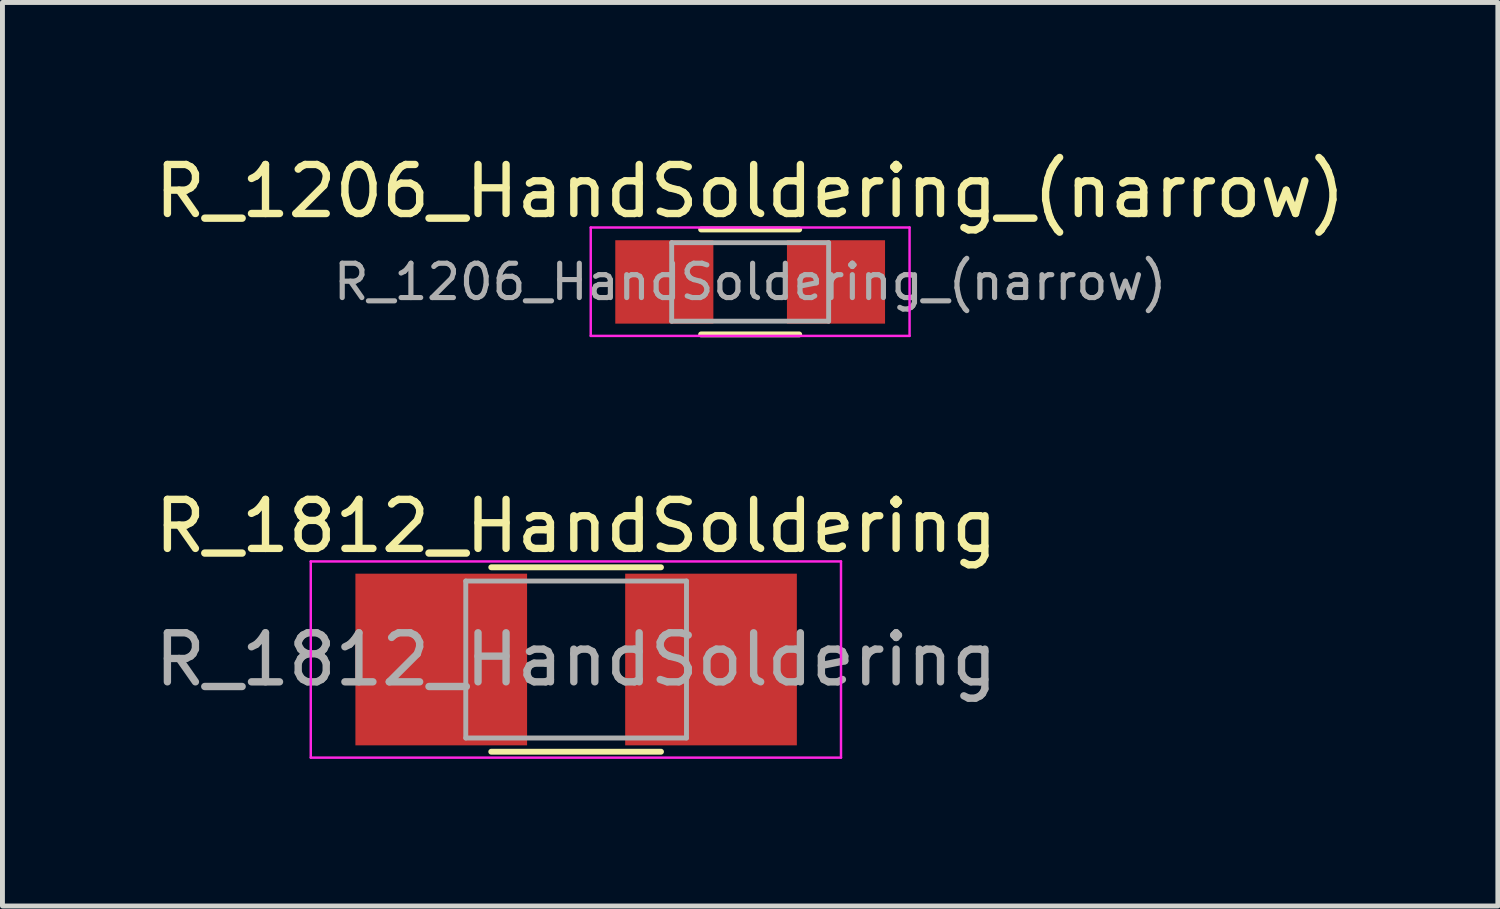
<source format=kicad_pcb>
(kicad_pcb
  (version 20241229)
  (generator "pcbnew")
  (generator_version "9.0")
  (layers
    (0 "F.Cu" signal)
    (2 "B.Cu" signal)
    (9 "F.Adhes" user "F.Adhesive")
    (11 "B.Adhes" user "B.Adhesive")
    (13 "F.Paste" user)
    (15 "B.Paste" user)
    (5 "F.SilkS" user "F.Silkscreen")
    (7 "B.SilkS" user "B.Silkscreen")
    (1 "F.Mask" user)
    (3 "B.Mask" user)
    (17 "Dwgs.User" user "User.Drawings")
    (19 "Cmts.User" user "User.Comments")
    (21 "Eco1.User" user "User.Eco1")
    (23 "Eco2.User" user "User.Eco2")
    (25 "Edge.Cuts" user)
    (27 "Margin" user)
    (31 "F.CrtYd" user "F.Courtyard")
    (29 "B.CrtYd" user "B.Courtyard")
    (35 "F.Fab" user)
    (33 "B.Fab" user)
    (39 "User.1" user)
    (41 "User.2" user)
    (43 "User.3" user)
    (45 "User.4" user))
  (footprint "R_1812_HandSoldering"
    (layer "F.Cu")
    (at 8.696 10.396)
    (property "Reference" "R_1812_HandSoldering" (at 0 -2.72 0) (layer "F.SilkS") (effects (font (size 1 1) (thickness 0.15))))
    (attr smd)
    (fp_line (start -1.73 -1.88) (end 1.73 -1.88) (stroke (width 0.12) (type solid)) (layer "F.SilkS"))
    (fp_line (start -1.73 1.88) (end 1.73 1.88) (stroke (width 0.12) (type solid)) (layer "F.SilkS"))
    (fp_line (start -5.41 -2) (end -5.41 2) (stroke (width 0.05) (type solid)) (layer "F.CrtYd"))
    (fp_line (start -5.41 -2) (end 5.4 -2) (stroke (width 0.05) (type solid)) (layer "F.CrtYd"))
    (fp_line (start 5.4 2) (end -5.41 2) (stroke (width 0.05) (type solid)) (layer "F.CrtYd"))
    (fp_line (start 5.4 2) (end 5.4 -2) (stroke (width 0.05) (type solid)) (layer "F.CrtYd"))
    (fp_line (start -2.25 -1.6) (end 2.25 -1.6) (stroke (width 0.1) (type solid)) (layer "F.Fab"))
    (fp_line (start -2.25 1.6) (end -2.25 -1.6) (stroke (width 0.1) (type solid)) (layer "F.Fab"))
    (fp_line (start 2.25 -1.6) (end 2.25 1.6) (stroke (width 0.1) (type solid)) (layer "F.Fab"))
    (fp_line (start 2.25 1.6) (end -2.25 1.6) (stroke (width 0.1) (type solid)) (layer "F.Fab"))
    (fp_text user "${REFERENCE}" (at 0 0 0) (layer "F.Fab") (effects (font (size 1 1) (thickness 0.15))))
    (pad "1" smd rect (at -2.75 0) (size 3.5 3.5) (layers "F.Cu" "F.Mask" "F.Paste"))
    (pad "2" smd rect (at 2.75 0) (size 3.5 3.5) (layers "F.Cu" "F.Mask" "F.Paste")))
  (footprint "R_1206_HandSoldering_(narrow)"
    (layer "F.Cu")
    (at 12.244 2.698)
    (property "Reference" "R_1206_HandSoldering_(narrow)" (at 0 -1.85 0) (layer "F.SilkS") (effects (font (size 1 1) (thickness 0.15))))
    (attr smd)
    (fp_line (start -1 -1.07) (end 1 -1.07) (stroke (width 0.12) (type solid)) (layer "F.SilkS"))
    (fp_line (start 1 1.07) (end -1 1.07) (stroke (width 0.12) (type solid)) (layer "F.SilkS"))
    (fp_line (start -3.25 -1.11) (end -3.25 1.1) (stroke (width 0.05) (type solid)) (layer "F.CrtYd"))
    (fp_line (start -3.25 -1.11) (end 3.25 -1.11) (stroke (width 0.05) (type solid)) (layer "F.CrtYd"))
    (fp_line (start 3.25 1.1) (end -3.25 1.1) (stroke (width 0.05) (type solid)) (layer "F.CrtYd"))
    (fp_line (start 3.25 1.1) (end 3.25 -1.11) (stroke (width 0.05) (type solid)) (layer "F.CrtYd"))
    (fp_line (start -1.6 -0.8) (end 1.6 -0.8) (stroke (width 0.1) (type solid)) (layer "F.Fab"))
    (fp_line (start -1.6 0.8) (end -1.6 -0.8) (stroke (width 0.1) (type solid)) (layer "F.Fab"))
    (fp_line (start 1.6 -0.8) (end 1.6 0.8) (stroke (width 0.1) (type solid)) (layer "F.Fab"))
    (fp_line (start 1.6 0.8) (end -1.6 0.8) (stroke (width 0.1) (type solid)) (layer "F.Fab"))
    (fp_text user "${REFERENCE}" (at 0 0 0) (layer "F.Fab") (effects (font (size 0.7 0.7) (thickness 0.105))))
    (pad "1" smd rect (at -1.75 0) (size 2 1.7) (layers "F.Cu" "F.Mask" "F.Paste"))
    (pad "2" smd rect (at 1.75 0) (size 2 1.7) (layers "F.Cu" "F.Mask" "F.Paste")))
  (gr_rect
    (start -3 -3)
    (end 27.488 15.421)
    (stroke (width 0.1) (type default))
    (fill no)
    (layer "Edge.Cuts")))
</source>
